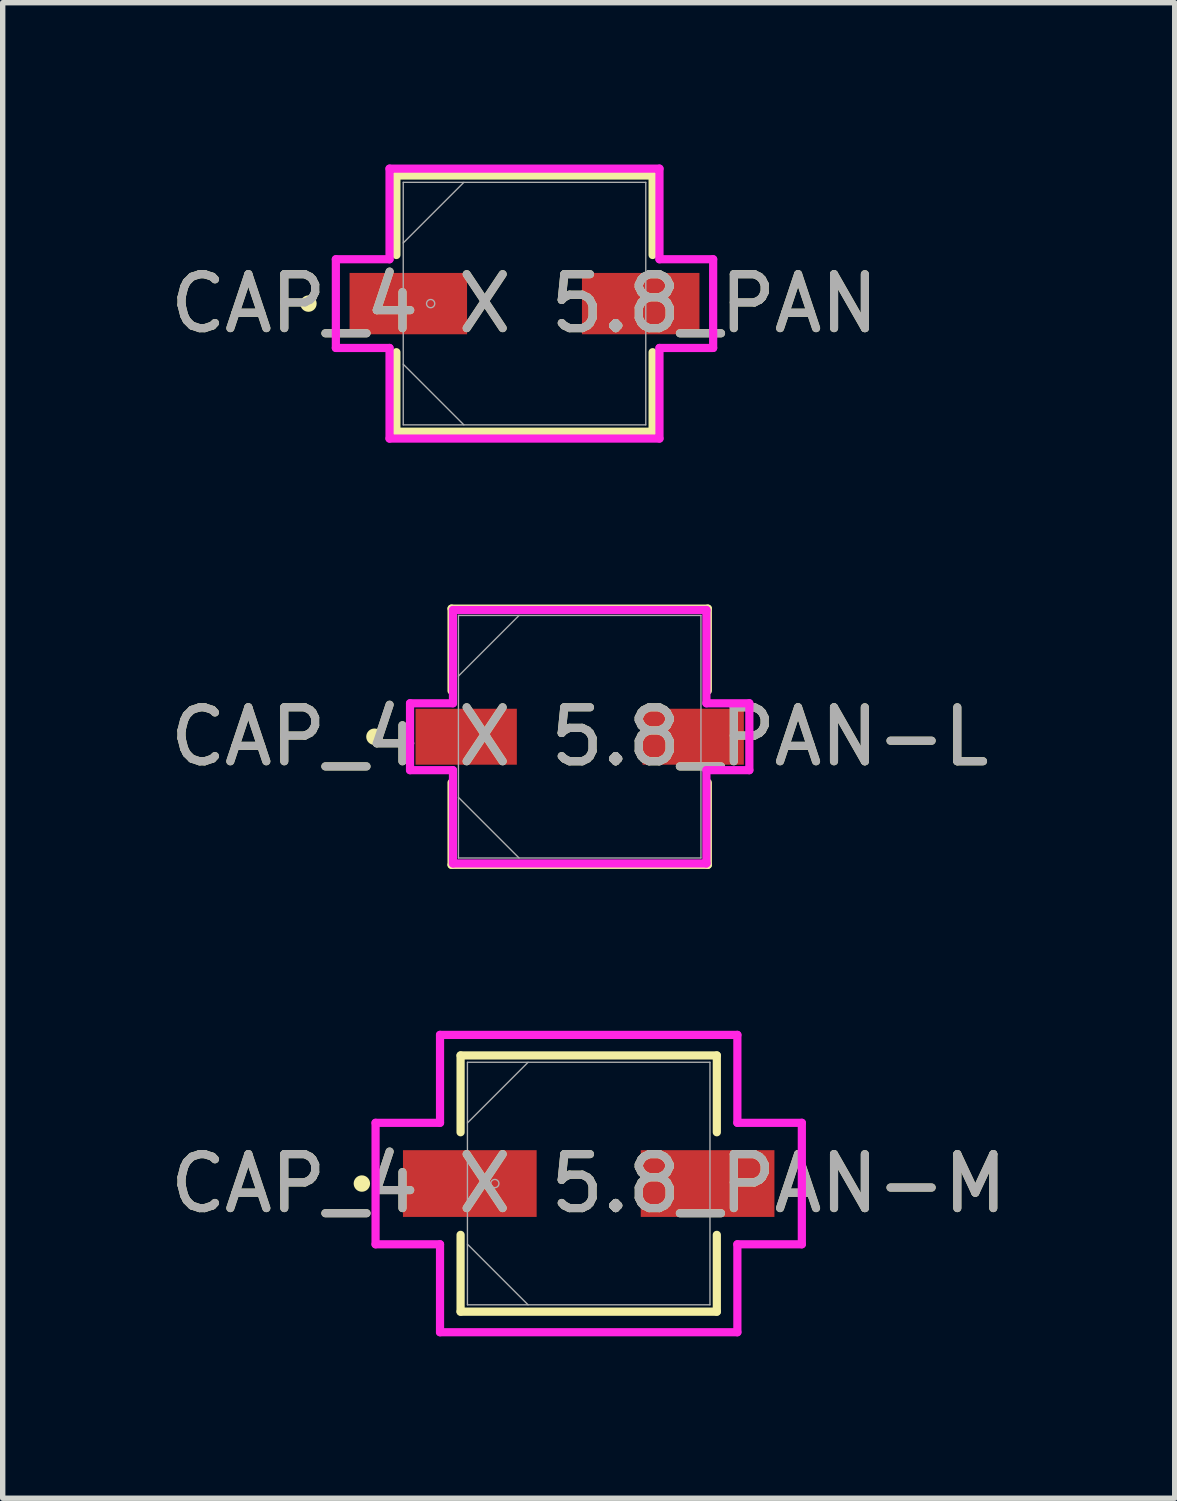
<source format=kicad_pcb>
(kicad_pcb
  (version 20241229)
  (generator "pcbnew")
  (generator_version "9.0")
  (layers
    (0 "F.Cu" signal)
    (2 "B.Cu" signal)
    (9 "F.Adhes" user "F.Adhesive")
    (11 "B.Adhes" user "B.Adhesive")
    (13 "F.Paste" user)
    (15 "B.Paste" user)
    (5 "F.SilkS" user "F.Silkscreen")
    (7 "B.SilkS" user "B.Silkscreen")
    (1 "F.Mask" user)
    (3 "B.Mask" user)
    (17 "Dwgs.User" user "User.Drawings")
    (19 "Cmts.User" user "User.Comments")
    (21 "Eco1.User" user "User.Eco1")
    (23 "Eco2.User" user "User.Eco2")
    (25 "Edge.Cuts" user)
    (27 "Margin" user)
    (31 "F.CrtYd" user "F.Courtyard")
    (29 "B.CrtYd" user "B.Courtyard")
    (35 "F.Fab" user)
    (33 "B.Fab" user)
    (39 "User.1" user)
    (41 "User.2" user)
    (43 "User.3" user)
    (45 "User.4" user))
  (footprint "CAP_4 X 5.8_PAN-M"
    (layer "F.Cu")
    (at 7.863 18.89)
    (property "Reference" "CAP_4 X 5.8_PAN-M" (at 0 0 0) (unlocked yes) (layer "F.SilkS") (effects (font (size 1 1) (thickness 0.15))))
    (attr smd)
    (fp_line (start -2.375 -2.375) (end -2.375 -0.951) (stroke (width 0.152) (type solid)) (layer "F.SilkS"))
    (fp_line (start -2.375 0.951) (end -2.375 2.375) (stroke (width 0.152) (type solid)) (layer "F.SilkS"))
    (fp_line (start -2.375 2.375) (end 2.375 2.375) (stroke (width 0.152) (type solid)) (layer "F.SilkS"))
    (fp_line (start 2.375 -2.375) (end -2.375 -2.375) (stroke (width 0.152) (type solid)) (layer "F.SilkS"))
    (fp_line (start 2.375 -0.951) (end 2.375 -2.375) (stroke (width 0.152) (type solid)) (layer "F.SilkS"))
    (fp_line (start 2.375 2.375) (end 2.375 0.951) (stroke (width 0.152) (type solid)) (layer "F.SilkS"))
    (fp_circle (center -4.205 0) (end -4.129 0) (stroke (width 0.152) (type solid)) (fill no) (layer "F.SilkS"))
    (fp_line (start -3.951 -1.126) (end -2.756 -1.126) (stroke (width 0.152) (type solid)) (layer "F.CrtYd"))
    (fp_line (start -3.951 1.126) (end -3.951 -1.126) (stroke (width 0.152) (type solid)) (layer "F.CrtYd"))
    (fp_line (start -2.756 -2.756) (end 2.756 -2.756) (stroke (width 0.152) (type solid)) (layer "F.CrtYd"))
    (fp_line (start -2.756 -1.126) (end -2.756 -2.756) (stroke (width 0.152) (type solid)) (layer "F.CrtYd"))
    (fp_line (start -2.756 1.126) (end -3.951 1.126) (stroke (width 0.152) (type solid)) (layer "F.CrtYd"))
    (fp_line (start -2.756 2.756) (end -2.756 1.126) (stroke (width 0.152) (type solid)) (layer "F.CrtYd"))
    (fp_line (start 2.756 -2.756) (end 2.756 -1.126) (stroke (width 0.152) (type solid)) (layer "F.CrtYd"))
    (fp_line (start 2.756 -1.126) (end 3.951 -1.126) (stroke (width 0.152) (type solid)) (layer "F.CrtYd"))
    (fp_line (start 2.756 1.126) (end 2.756 2.756) (stroke (width 0.152) (type solid)) (layer "F.CrtYd"))
    (fp_line (start 2.756 2.756) (end -2.756 2.756) (stroke (width 0.152) (type solid)) (layer "F.CrtYd"))
    (fp_line (start 3.951 -1.126) (end 3.951 1.126) (stroke (width 0.152) (type solid)) (layer "F.CrtYd"))
    (fp_line (start 3.951 1.126) (end 2.756 1.126) (stroke (width 0.152) (type solid)) (layer "F.CrtYd"))
    (fp_line (start -2.248 -2.248) (end -2.248 2.248) (stroke (width 0.025) (type solid)) (layer "F.Fab"))
    (fp_line (start -2.248 -1.124) (end -1.124 -2.248) (stroke (width 0.025) (type solid)) (layer "F.Fab"))
    (fp_line (start -2.248 1.124) (end -1.124 2.248) (stroke (width 0.025) (type solid)) (layer "F.Fab"))
    (fp_line (start -2.248 2.248) (end 2.248 2.248) (stroke (width 0.025) (type solid)) (layer "F.Fab"))
    (fp_line (start 2.248 -2.248) (end -2.248 -2.248) (stroke (width 0.025) (type solid)) (layer "F.Fab"))
    (fp_line (start 2.248 2.248) (end 2.248 -2.248) (stroke (width 0.025) (type solid)) (layer "F.Fab"))
    (fp_circle (center -1.74 0) (end -1.664 0) (stroke (width 0.025) (type solid)) (fill no) (layer "F.Fab"))
    (fp_text user "${REFERENCE}" (at 0 0 0) (unlocked yes) (layer "F.Fab") (effects (font (size 1 1) (thickness 0.15))))
    (pad "1" smd rect (at -2.204 0) (size 2.478 1.237) (layers "F.Cu" "F.Mask" "F.Paste"))
    (pad "2" smd rect (at 2.204 0) (size 2.478 1.237) (layers "F.Cu" "F.Mask" "F.Paste"))
    (zone (net_name "") (layer "F.Cu") (hatch full 0.508) (connect_pads) (min_thickness 0.254) (filled_areas_thickness no) (keepout (tracks not_allowed) (vias not_allowed) (pads allowed) (copperpour not_allowed) (footprints allowed)) (placement (enabled no)) (fill) (polygon (pts (xy 5.666 16.693) (xy 10.06 16.693) (xy 10.06 18.221) (xy 5.666 18.221))))
    (zone (net_name "") (layer "F.Cu") (hatch full 0.508) (connect_pads) (min_thickness 0.254) (filled_areas_thickness no) (keepout (tracks not_allowed) (vias not_allowed) (pads allowed) (copperpour not_allowed) (footprints allowed)) (placement (enabled no)) (fill) (polygon (pts (xy 5.666 19.56) (xy 10.06 19.56) (xy 10.06 21.088) (xy 5.666 21.088))))
    (zone (net_name "") (layer "F.Cu") (hatch full 0.508) (connect_pads) (min_thickness 0.254) (filled_areas_thickness no) (keepout (tracks not_allowed) (vias not_allowed) (pads allowed) (copperpour not_allowed) (footprints allowed)) (placement (enabled no)) (fill) (polygon (pts (xy 6.949 18.221) (xy 8.777 18.221) (xy 8.777 19.56) (xy 6.949 19.56)))))
  (footprint "CAP_4 X 5.8_PAN-L"
    (layer "F.Cu")
    (at 7.696 10.607)
    (property "Reference" "CAP_4 X 5.8_PAN-L" (at 0 0 0) (unlocked yes) (layer "F.SilkS") (effects (font (size 1 1) (thickness 0.15))))
    (attr smd)
    (fp_line (start -2.375 -2.375) (end -2.375 -0.851) (stroke (width 0.152) (type solid)) (layer "F.SilkS"))
    (fp_line (start -2.375 0.851) (end -2.375 2.375) (stroke (width 0.152) (type solid)) (layer "F.SilkS"))
    (fp_line (start -2.375 2.375) (end 2.375 2.375) (stroke (width 0.152) (type solid)) (layer "F.SilkS"))
    (fp_line (start 2.375 -2.375) (end -2.375 -2.375) (stroke (width 0.152) (type solid)) (layer "F.SilkS"))
    (fp_line (start 2.375 -0.851) (end 2.375 -2.375) (stroke (width 0.152) (type solid)) (layer "F.SilkS"))
    (fp_line (start 2.375 2.375) (end 2.375 0.851) (stroke (width 0.152) (type solid)) (layer "F.SilkS"))
    (fp_circle (center -3.805 0) (end -3.729 0) (stroke (width 0.152) (type solid)) (fill no) (layer "F.SilkS"))
    (fp_line (start -3.145 -0.62) (end -2.349 -0.62) (stroke (width 0.152) (type solid)) (layer "F.CrtYd"))
    (fp_line (start -3.145 0.62) (end -3.145 -0.62) (stroke (width 0.152) (type solid)) (layer "F.CrtYd"))
    (fp_line (start -2.349 -2.349) (end 2.349 -2.349) (stroke (width 0.152) (type solid)) (layer "F.CrtYd"))
    (fp_line (start -2.349 -0.62) (end -2.349 -2.349) (stroke (width 0.152) (type solid)) (layer "F.CrtYd"))
    (fp_line (start -2.349 0.62) (end -3.145 0.62) (stroke (width 0.152) (type solid)) (layer "F.CrtYd"))
    (fp_line (start -2.349 2.349) (end -2.349 0.62) (stroke (width 0.152) (type solid)) (layer "F.CrtYd"))
    (fp_line (start 2.349 -2.349) (end 2.349 -0.62) (stroke (width 0.152) (type solid)) (layer "F.CrtYd"))
    (fp_line (start 2.349 -0.62) (end 3.145 -0.62) (stroke (width 0.152) (type solid)) (layer "F.CrtYd"))
    (fp_line (start 2.349 0.62) (end 2.349 2.349) (stroke (width 0.152) (type solid)) (layer "F.CrtYd"))
    (fp_line (start 2.349 2.349) (end -2.349 2.349) (stroke (width 0.152) (type solid)) (layer "F.CrtYd"))
    (fp_line (start 3.145 -0.62) (end 3.145 0.62) (stroke (width 0.152) (type solid)) (layer "F.CrtYd"))
    (fp_line (start 3.145 0.62) (end 2.349 0.62) (stroke (width 0.152) (type solid)) (layer "F.CrtYd"))
    (fp_line (start -2.248 -2.248) (end -2.248 2.248) (stroke (width 0.025) (type solid)) (layer "F.Fab"))
    (fp_line (start -2.248 -1.124) (end -1.124 -2.248) (stroke (width 0.025) (type solid)) (layer "F.Fab"))
    (fp_line (start -2.248 1.124) (end -1.124 2.248) (stroke (width 0.025) (type solid)) (layer "F.Fab"))
    (fp_line (start -2.248 2.248) (end 2.248 2.248) (stroke (width 0.025) (type solid)) (layer "F.Fab"))
    (fp_line (start 2.248 -2.248) (end -2.248 -2.248) (stroke (width 0.025) (type solid)) (layer "F.Fab"))
    (fp_line (start 2.248 2.248) (end 2.248 -2.248) (stroke (width 0.025) (type solid)) (layer "F.Fab"))
    (fp_circle (center -1.74 0) (end -1.664 0) (stroke (width 0.025) (type solid)) (fill no) (layer "F.Fab"))
    (fp_text user "${REFERENCE}" (at 0 0 0) (unlocked yes) (layer "F.Fab") (effects (font (size 1 1) (thickness 0.15))))
    (pad "1" smd rect (at -2.104 0) (size 1.878 1.037) (layers "F.Cu" "F.Mask" "F.Paste"))
    (pad "2" smd rect (at 2.104 0) (size 1.878 1.037) (layers "F.Cu" "F.Mask" "F.Paste"))
    (zone (net_name "") (layer "F.Cu") (hatch full 0.508) (connect_pads) (min_thickness 0.254) (filled_areas_thickness no) (keepout (tracks not_allowed) (vias not_allowed) (pads allowed) (copperpour not_allowed) (footprints allowed)) (placement (enabled no)) (fill) (polygon (pts (xy 5.499 8.41) (xy 9.894 8.41) (xy 9.894 10.038) (xy 5.499 10.038))))
    (zone (net_name "") (layer "F.Cu") (hatch full 0.508) (connect_pads) (min_thickness 0.254) (filled_areas_thickness no) (keepout (tracks not_allowed) (vias not_allowed) (pads allowed) (copperpour not_allowed) (footprints allowed)) (placement (enabled no)) (fill) (polygon (pts (xy 5.499 11.176) (xy 9.894 11.176) (xy 9.894 12.804) (xy 5.499 12.804))))
    (zone (net_name "") (layer "F.Cu") (hatch full 0.508) (connect_pads) (min_thickness 0.254) (filled_areas_thickness no) (keepout (tracks not_allowed) (vias not_allowed) (pads allowed) (copperpour not_allowed) (footprints allowed)) (placement (enabled no)) (fill) (polygon (pts (xy 6.582 10.038) (xy 8.811 10.038) (xy 8.811 11.176) (xy 6.582 11.176)))))
  (footprint "CAP_4 X 5.8_PAN"
    (layer "F.Cu")
    (at 6.673 2.578)
    (property "Reference" "CAP_4 X 5.8_PAN" (at 0 0 0) (unlocked yes) (layer "F.SilkS") (effects (font (size 1 1) (thickness 0.15))))
    (attr smd)
    (fp_line (start -2.375 -2.375) (end -2.375 -0.901) (stroke (width 0.152) (type solid)) (layer "F.SilkS"))
    (fp_line (start -2.375 0.901) (end -2.375 2.375) (stroke (width 0.152) (type solid)) (layer "F.SilkS"))
    (fp_line (start -2.375 2.375) (end 2.375 2.375) (stroke (width 0.152) (type solid)) (layer "F.SilkS"))
    (fp_line (start 2.375 -2.375) (end -2.375 -2.375) (stroke (width 0.152) (type solid)) (layer "F.SilkS"))
    (fp_line (start 2.375 -0.901) (end 2.375 -2.375) (stroke (width 0.152) (type solid)) (layer "F.SilkS"))
    (fp_line (start 2.375 2.375) (end 2.375 0.901) (stroke (width 0.152) (type solid)) (layer "F.SilkS"))
    (fp_circle (center -4.005 0) (end -3.929 0) (stroke (width 0.152) (type solid)) (fill no) (layer "F.SilkS"))
    (fp_line (start -3.497 -0.822) (end -2.502 -0.822) (stroke (width 0.152) (type solid)) (layer "F.CrtYd"))
    (fp_line (start -3.497 0.822) (end -3.497 -0.822) (stroke (width 0.152) (type solid)) (layer "F.CrtYd"))
    (fp_line (start -2.502 -2.502) (end 2.502 -2.502) (stroke (width 0.152) (type solid)) (layer "F.CrtYd"))
    (fp_line (start -2.502 -0.822) (end -2.502 -2.502) (stroke (width 0.152) (type solid)) (layer "F.CrtYd"))
    (fp_line (start -2.502 0.822) (end -3.497 0.822) (stroke (width 0.152) (type solid)) (layer "F.CrtYd"))
    (fp_line (start -2.502 2.502) (end -2.502 0.822) (stroke (width 0.152) (type solid)) (layer "F.CrtYd"))
    (fp_line (start 2.502 -2.502) (end 2.502 -0.822) (stroke (width 0.152) (type solid)) (layer "F.CrtYd"))
    (fp_line (start 2.502 -0.822) (end 3.497 -0.822) (stroke (width 0.152) (type solid)) (layer "F.CrtYd"))
    (fp_line (start 2.502 0.822) (end 2.502 2.502) (stroke (width 0.152) (type solid)) (layer "F.CrtYd"))
    (fp_line (start 2.502 2.502) (end -2.502 2.502) (stroke (width 0.152) (type solid)) (layer "F.CrtYd"))
    (fp_line (start 3.497 -0.822) (end 3.497 0.822) (stroke (width 0.152) (type solid)) (layer "F.CrtYd"))
    (fp_line (start 3.497 0.822) (end 2.502 0.822) (stroke (width 0.152) (type solid)) (layer "F.CrtYd"))
    (fp_line (start -2.248 -2.248) (end -2.248 2.248) (stroke (width 0.025) (type solid)) (layer "F.Fab"))
    (fp_line (start -2.248 -1.124) (end -1.124 -2.248) (stroke (width 0.025) (type solid)) (layer "F.Fab"))
    (fp_line (start -2.248 1.124) (end -1.124 2.248) (stroke (width 0.025) (type solid)) (layer "F.Fab"))
    (fp_line (start -2.248 2.248) (end 2.248 2.248) (stroke (width 0.025) (type solid)) (layer "F.Fab"))
    (fp_line (start 2.248 -2.248) (end -2.248 -2.248) (stroke (width 0.025) (type solid)) (layer "F.Fab"))
    (fp_line (start 2.248 2.248) (end 2.248 -2.248) (stroke (width 0.025) (type solid)) (layer "F.Fab"))
    (fp_circle (center -1.74 0) (end -1.664 0) (stroke (width 0.025) (type solid)) (fill no) (layer "F.Fab"))
    (fp_text user "${REFERENCE}" (at 0 0 0) (unlocked yes) (layer "F.Fab") (effects (font (size 1 1) (thickness 0.15))))
    (pad "1" smd rect (at -2.154 0) (size 2.178 1.137) (layers "F.Cu" "F.Mask" "F.Paste"))
    (pad "2" smd rect (at 2.154 0) (size 2.178 1.137) (layers "F.Cu" "F.Mask" "F.Paste"))
    (zone (net_name "") (layer "F.Cu") (hatch full 0.508) (connect_pads) (min_thickness 0.254) (filled_areas_thickness no) (keepout (tracks not_allowed) (vias not_allowed) (pads allowed) (copperpour not_allowed) (footprints allowed)) (placement (enabled no)) (fill) (polygon (pts (xy 4.476 0.381) (xy 8.87 0.381) (xy 8.87 1.959) (xy 4.476 1.959))))
    (zone (net_name "") (layer "F.Cu") (hatch full 0.508) (connect_pads) (min_thickness 0.254) (filled_areas_thickness no) (keepout (tracks not_allowed) (vias not_allowed) (pads allowed) (copperpour not_allowed) (footprints allowed)) (placement (enabled no)) (fill) (polygon (pts (xy 4.476 3.197) (xy 8.87 3.197) (xy 8.87 4.775) (xy 4.476 4.775))))
    (zone (net_name "") (layer "F.Cu") (hatch full 0.508) (connect_pads) (min_thickness 0.254) (filled_areas_thickness no) (keepout (tracks not_allowed) (vias not_allowed) (pads allowed) (copperpour not_allowed) (footprints allowed)) (placement (enabled no)) (fill) (polygon (pts (xy 5.658 1.959) (xy 7.687 1.959) (xy 7.687 3.197) (xy 5.658 3.197)))))
  (gr_rect
    (start -3 -3)
    (end 18.726 24.723)
    (stroke (width 0.1) (type default))
    (fill no)
    (layer "Edge.Cuts")))
</source>
